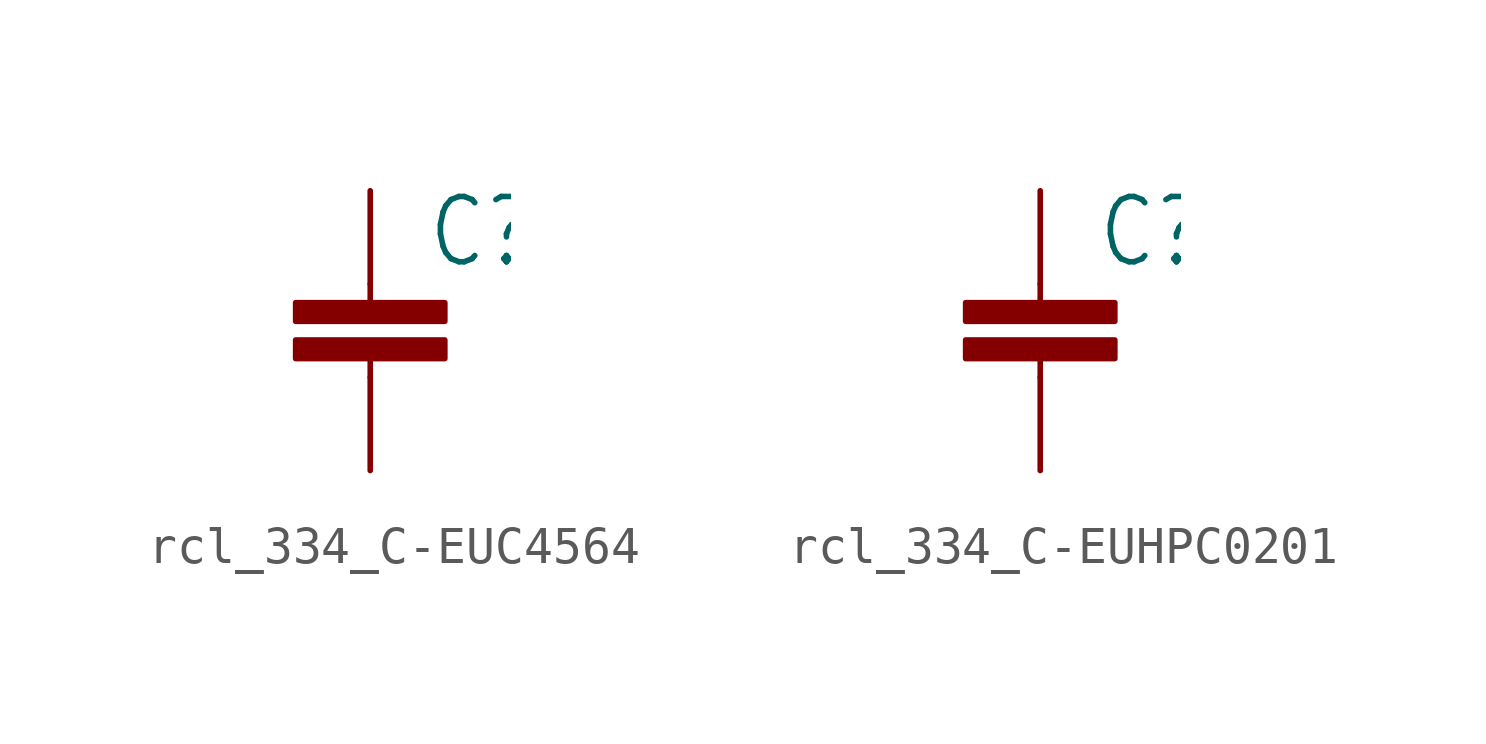
<source format=kicad_sym>
(kicad_symbol_lib
  (version 20241209)
  (generator "kicad_symbol_editor")
  (generator_version "9.0")
  (symbol "rcl_334_C-EUC4564"
    (property "Reference" "C"
      (at 1.524 0.381 0)
      (effects (font (size 1.778 1.511)) (justify left bottom)))
    (property "Value" ""
      (at 1.524 -4.699 0)
      (effects (font (size 1.778 1.511)) (justify left bottom)))
    (property "ki_locked" ""
      (at 0 0 0)
      (effects (font (size 1.27 1.27))))
    (symbol "rcl_334_C-EUC4564_1_0"
      (rectangle (start -2.032 -1.016) (end 2.032 -0.508) (stroke (width 0) (type default)) (fill (type outline)))
      (rectangle (start -2.032 -2.032) (end 2.032 -1.524) (stroke (width 0) (type default)) (fill (type outline)))
      (polyline (pts (xy 0 0) (xy 0 -0.508)) (stroke (width 0.152) (type solid)) (fill (type none)))
      (polyline (pts (xy 0 -2.54) (xy 0 -2.032)) (stroke (width 0.152) (type solid)) (fill (type none)))
      (pin passive line (at 0 2.54 270) (length 2.54) (name "1" (effects (font (size 0 0)))) (number "1" (effects (font (size 0 0)))))
      (pin passive line (at 0 -5.08 90) (length 2.54) (name "2" (effects (font (size 0 0)))) (number "2" (effects (font (size 0 0)))))))
  (symbol "rcl_334_C-EUHPC0201"
    (property "Reference" "C"
      (at 1.524 0.381 0)
      (effects (font (size 1.778 1.511)) (justify left bottom)))
    (property "Value" ""
      (at 1.524 -4.699 0)
      (effects (font (size 1.778 1.511)) (justify left bottom)))
    (property "ki_locked" ""
      (at 0 0 0)
      (effects (font (size 1.27 1.27))))
    (symbol "rcl_334_C-EUHPC0201_1_0"
      (rectangle (start -2.032 -1.016) (end 2.032 -0.508) (stroke (width 0) (type default)) (fill (type outline)))
      (rectangle (start -2.032 -2.032) (end 2.032 -1.524) (stroke (width 0) (type default)) (fill (type outline)))
      (polyline (pts (xy 0 0) (xy 0 -0.508)) (stroke (width 0.152) (type solid)) (fill (type none)))
      (polyline (pts (xy 0 -2.54) (xy 0 -2.032)) (stroke (width 0.152) (type solid)) (fill (type none)))
      (pin passive line (at 0 2.54 270) (length 2.54) (name "1" (effects (font (size 0 0)))) (number "1" (effects (font (size 0 0)))))
      (pin passive line (at 0 -5.08 90) (length 2.54) (name "2" (effects (font (size 0 0)))) (number "2" (effects (font (size 0 0))))))))
</source>
